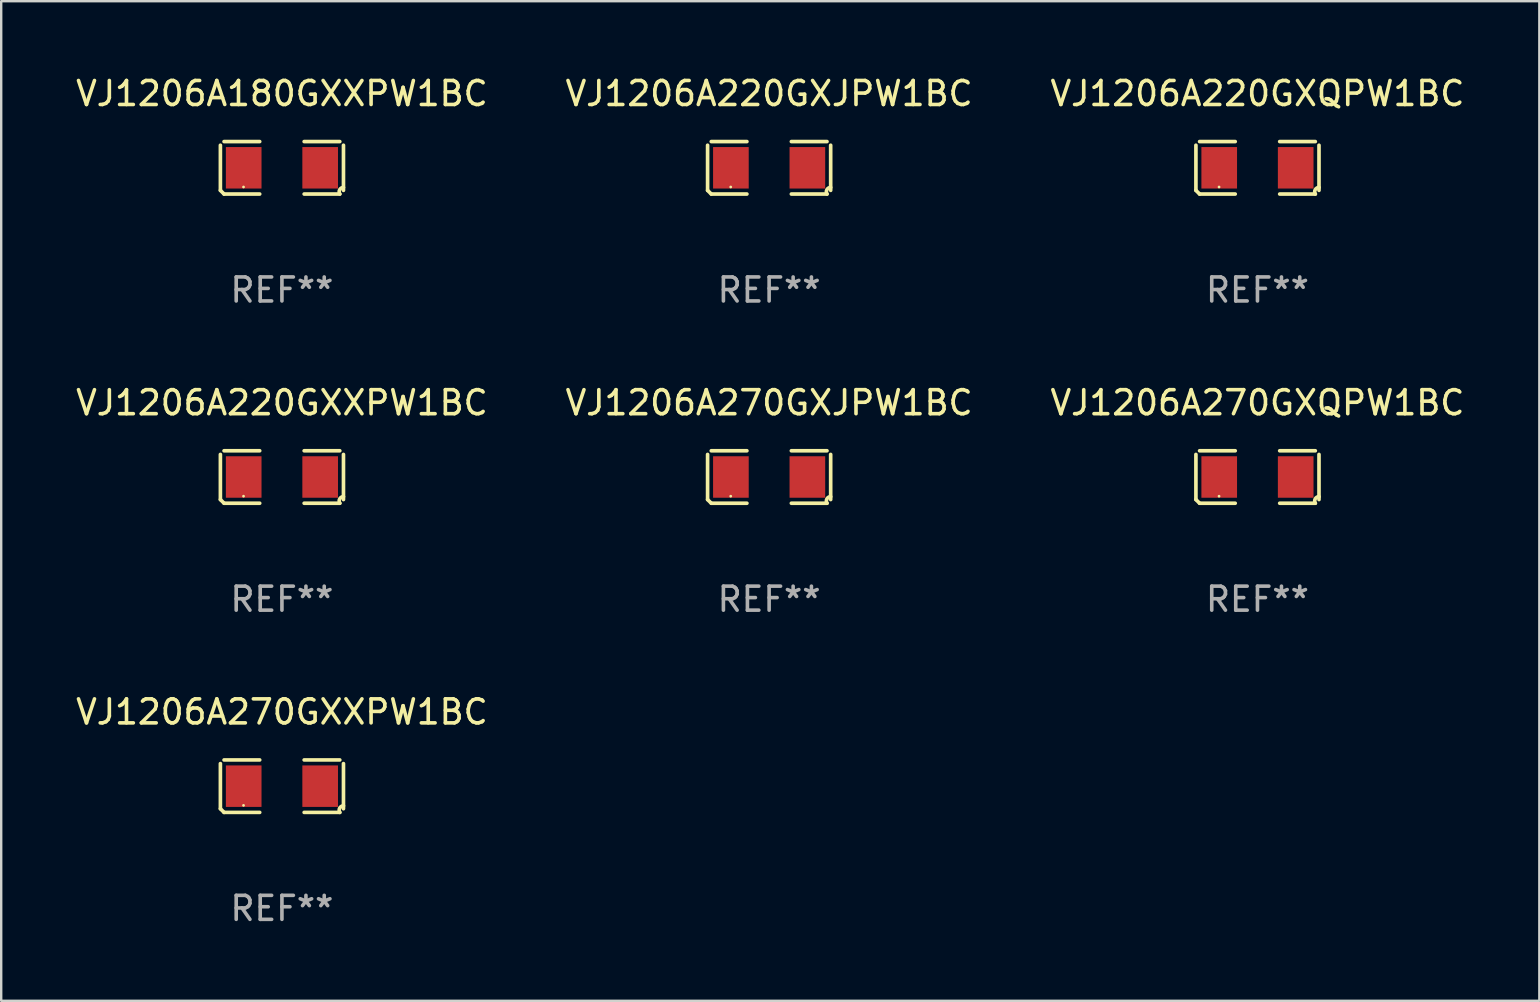
<source format=kicad_pcb>
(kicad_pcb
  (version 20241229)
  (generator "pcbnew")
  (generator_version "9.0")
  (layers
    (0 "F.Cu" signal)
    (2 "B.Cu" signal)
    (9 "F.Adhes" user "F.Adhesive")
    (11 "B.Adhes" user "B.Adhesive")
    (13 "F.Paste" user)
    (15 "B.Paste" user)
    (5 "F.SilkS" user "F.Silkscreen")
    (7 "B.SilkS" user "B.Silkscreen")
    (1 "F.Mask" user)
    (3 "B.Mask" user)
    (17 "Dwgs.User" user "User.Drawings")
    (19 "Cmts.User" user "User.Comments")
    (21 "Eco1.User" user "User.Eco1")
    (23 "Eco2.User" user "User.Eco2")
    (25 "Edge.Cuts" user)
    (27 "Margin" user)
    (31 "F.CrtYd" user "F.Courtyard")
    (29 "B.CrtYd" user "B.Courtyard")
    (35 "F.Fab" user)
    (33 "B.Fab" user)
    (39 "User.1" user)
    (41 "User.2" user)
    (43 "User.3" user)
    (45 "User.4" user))
  (footprint "VJ1206A220GXQPW1BC"
    (layer "F.Cu")
    (at 49.339 3.941)
    (property "Reference" "VJ1206A220GXQPW1BC" (at 0 -3.093 0) (layer "F.SilkS") (effects (font (size 1 1) (thickness 0.15))))
    (attr through_hole)
    (fp_line (start -2.564 0.94) (end -2.564 -0.94) (stroke (width 0.152) (type solid)) (layer "F.SilkS"))
    (fp_line (start -2.411 -1.093) (end -0.926 -1.093) (stroke (width 0.152) (type solid)) (layer "F.SilkS"))
    (fp_line (start -0.926 1.093) (end -2.411 1.093) (stroke (width 0.152) (type solid)) (layer "F.SilkS"))
    (fp_line (start 0.926 1.093) (end 2.411 1.093) (stroke (width 0.152) (type solid)) (layer "F.SilkS"))
    (fp_line (start 2.411 -1.093) (end 0.926 -1.093) (stroke (width 0.152) (type solid)) (layer "F.SilkS"))
    (fp_line (start 2.564 0.94) (end 2.564 -0.94) (stroke (width 0.152) (type solid)) (layer "F.SilkS"))
    (fp_arc (start -2.411201 1.092609) (mid -2.487413 1.01642) (end -2.563602 0.940208) (stroke (width 0.1524) (type solid)) (layer "F.SilkS"))
    (fp_arc (start 2.411201 1.092609) (mid 2.407159 0.911226) (end 2.563602 0.819347) (stroke (width 0.1524) (type solid)) (layer "F.SilkS"))
    (fp_circle (center -1.6 0.8) (end -1.57 0.8) (stroke (width 0.06) (type solid)) (fill no) (layer "F.SilkS"))
    (fp_text user "REF**" (at 0 5.093 0) (layer "F.Fab") (effects (font (size 1 1) (thickness 0.15))))
    (pad "1" smd rect (at -1.593 0) (size 1.485 1.728) (layers "F.Cu" "F.Mask" "F.Paste"))
    (pad "2" smd rect (at 1.593 0) (size 1.485 1.728) (layers "F.Cu" "F.Mask" "F.Paste")))
  (footprint "VJ1206A180GXXPW1BC"
    (layer "F.Cu")
    (at 8.696 3.941)
    (property "Reference" "VJ1206A180GXXPW1BC" (at 0 -3.093 0) (layer "F.SilkS") (effects (font (size 1 1) (thickness 0.15))))
    (attr through_hole)
    (fp_line (start -2.564 0.94) (end -2.564 -0.94) (stroke (width 0.152) (type solid)) (layer "F.SilkS"))
    (fp_line (start -2.411 -1.093) (end -0.926 -1.093) (stroke (width 0.152) (type solid)) (layer "F.SilkS"))
    (fp_line (start -0.926 1.093) (end -2.411 1.093) (stroke (width 0.152) (type solid)) (layer "F.SilkS"))
    (fp_line (start 0.926 1.093) (end 2.411 1.093) (stroke (width 0.152) (type solid)) (layer "F.SilkS"))
    (fp_line (start 2.411 -1.093) (end 0.926 -1.093) (stroke (width 0.152) (type solid)) (layer "F.SilkS"))
    (fp_line (start 2.564 0.94) (end 2.564 -0.94) (stroke (width 0.152) (type solid)) (layer "F.SilkS"))
    (fp_arc (start -2.411201 1.092609) (mid -2.487413 1.01642) (end -2.563602 0.940208) (stroke (width 0.1524) (type solid)) (layer "F.SilkS"))
    (fp_arc (start 2.411201 1.092609) (mid 2.407159 0.911226) (end 2.563602 0.819347) (stroke (width 0.1524) (type solid)) (layer "F.SilkS"))
    (fp_circle (center -1.6 0.8) (end -1.57 0.8) (stroke (width 0.06) (type solid)) (fill no) (layer "F.SilkS"))
    (fp_text user "REF**" (at 0 5.093 0) (layer "F.Fab") (effects (font (size 1 1) (thickness 0.15))))
    (pad "1" smd rect (at -1.593 0) (size 1.485 1.728) (layers "F.Cu" "F.Mask" "F.Paste"))
    (pad "2" smd rect (at 1.593 0) (size 1.485 1.728) (layers "F.Cu" "F.Mask" "F.Paste")))
  (footprint "VJ1206A270GXJPW1BC"
    (layer "F.Cu")
    (at 28.994 16.823)
    (property "Reference" "VJ1206A270GXJPW1BC" (at 0 -3.093 0) (layer "F.SilkS") (effects (font (size 1 1) (thickness 0.15))))
    (attr through_hole)
    (fp_line (start -2.564 0.94) (end -2.564 -0.94) (stroke (width 0.152) (type solid)) (layer "F.SilkS"))
    (fp_line (start -2.411 -1.093) (end -0.926 -1.093) (stroke (width 0.152) (type solid)) (layer "F.SilkS"))
    (fp_line (start -0.926 1.093) (end -2.411 1.093) (stroke (width 0.152) (type solid)) (layer "F.SilkS"))
    (fp_line (start 0.926 1.093) (end 2.411 1.093) (stroke (width 0.152) (type solid)) (layer "F.SilkS"))
    (fp_line (start 2.411 -1.093) (end 0.926 -1.093) (stroke (width 0.152) (type solid)) (layer "F.SilkS"))
    (fp_line (start 2.564 0.94) (end 2.564 -0.94) (stroke (width 0.152) (type solid)) (layer "F.SilkS"))
    (fp_arc (start -2.411201 1.092609) (mid -2.487413 1.01642) (end -2.563602 0.940208) (stroke (width 0.1524) (type solid)) (layer "F.SilkS"))
    (fp_arc (start 2.411201 1.092609) (mid 2.407159 0.911226) (end 2.563602 0.819347) (stroke (width 0.1524) (type solid)) (layer "F.SilkS"))
    (fp_circle (center -1.6 0.8) (end -1.57 0.8) (stroke (width 0.06) (type solid)) (fill no) (layer "F.SilkS"))
    (fp_text user "REF**" (at 0 5.093 0) (layer "F.Fab") (effects (font (size 1 1) (thickness 0.15))))
    (pad "1" smd rect (at -1.593 0) (size 1.485 1.728) (layers "F.Cu" "F.Mask" "F.Paste"))
    (pad "2" smd rect (at 1.593 0) (size 1.485 1.728) (layers "F.Cu" "F.Mask" "F.Paste")))
  (footprint "VJ1206A270GXXPW1BC"
    (layer "F.Cu")
    (at 8.696 29.704)
    (property "Reference" "VJ1206A270GXXPW1BC" (at 0 -3.093 0) (layer "F.SilkS") (effects (font (size 1 1) (thickness 0.15))))
    (attr through_hole)
    (fp_line (start -2.564 0.94) (end -2.564 -0.94) (stroke (width 0.152) (type solid)) (layer "F.SilkS"))
    (fp_line (start -2.411 -1.093) (end -0.926 -1.093) (stroke (width 0.152) (type solid)) (layer "F.SilkS"))
    (fp_line (start -0.926 1.093) (end -2.411 1.093) (stroke (width 0.152) (type solid)) (layer "F.SilkS"))
    (fp_line (start 0.926 1.093) (end 2.411 1.093) (stroke (width 0.152) (type solid)) (layer "F.SilkS"))
    (fp_line (start 2.411 -1.093) (end 0.926 -1.093) (stroke (width 0.152) (type solid)) (layer "F.SilkS"))
    (fp_line (start 2.564 0.94) (end 2.564 -0.94) (stroke (width 0.152) (type solid)) (layer "F.SilkS"))
    (fp_arc (start -2.411201 1.092609) (mid -2.487413 1.01642) (end -2.563602 0.940208) (stroke (width 0.1524) (type solid)) (layer "F.SilkS"))
    (fp_arc (start 2.411201 1.092609) (mid 2.407159 0.911226) (end 2.563602 0.819347) (stroke (width 0.1524) (type solid)) (layer "F.SilkS"))
    (fp_circle (center -1.6 0.8) (end -1.57 0.8) (stroke (width 0.06) (type solid)) (fill no) (layer "F.SilkS"))
    (fp_text user "REF**" (at 0 5.093 0) (layer "F.Fab") (effects (font (size 1 1) (thickness 0.15))))
    (pad "1" smd rect (at -1.593 0) (size 1.485 1.728) (layers "F.Cu" "F.Mask" "F.Paste"))
    (pad "2" smd rect (at 1.593 0) (size 1.485 1.728) (layers "F.Cu" "F.Mask" "F.Paste")))
  (footprint "VJ1206A220GXJPW1BC"
    (layer "F.Cu")
    (at 28.994 3.941)
    (property "Reference" "VJ1206A220GXJPW1BC" (at 0 -3.093 0) (layer "F.SilkS") (effects (font (size 1 1) (thickness 0.15))))
    (attr through_hole)
    (fp_line (start -2.564 0.94) (end -2.564 -0.94) (stroke (width 0.152) (type solid)) (layer "F.SilkS"))
    (fp_line (start -2.411 -1.093) (end -0.926 -1.093) (stroke (width 0.152) (type solid)) (layer "F.SilkS"))
    (fp_line (start -0.926 1.093) (end -2.411 1.093) (stroke (width 0.152) (type solid)) (layer "F.SilkS"))
    (fp_line (start 0.926 1.093) (end 2.411 1.093) (stroke (width 0.152) (type solid)) (layer "F.SilkS"))
    (fp_line (start 2.411 -1.093) (end 0.926 -1.093) (stroke (width 0.152) (type solid)) (layer "F.SilkS"))
    (fp_line (start 2.564 0.94) (end 2.564 -0.94) (stroke (width 0.152) (type solid)) (layer "F.SilkS"))
    (fp_arc (start -2.411201 1.092609) (mid -2.487413 1.01642) (end -2.563602 0.940208) (stroke (width 0.1524) (type solid)) (layer "F.SilkS"))
    (fp_arc (start 2.411201 1.092609) (mid 2.407159 0.911226) (end 2.563602 0.819347) (stroke (width 0.1524) (type solid)) (layer "F.SilkS"))
    (fp_circle (center -1.6 0.8) (end -1.57 0.8) (stroke (width 0.06) (type solid)) (fill no) (layer "F.SilkS"))
    (fp_text user "REF**" (at 0 5.093 0) (layer "F.Fab") (effects (font (size 1 1) (thickness 0.15))))
    (pad "1" smd rect (at -1.593 0) (size 1.485 1.728) (layers "F.Cu" "F.Mask" "F.Paste"))
    (pad "2" smd rect (at 1.593 0) (size 1.485 1.728) (layers "F.Cu" "F.Mask" "F.Paste")))
  (footprint "VJ1206A220GXXPW1BC"
    (layer "F.Cu")
    (at 8.696 16.823)
    (property "Reference" "VJ1206A220GXXPW1BC" (at 0 -3.093 0) (layer "F.SilkS") (effects (font (size 1 1) (thickness 0.15))))
    (attr through_hole)
    (fp_line (start -2.564 0.94) (end -2.564 -0.94) (stroke (width 0.152) (type solid)) (layer "F.SilkS"))
    (fp_line (start -2.411 -1.093) (end -0.926 -1.093) (stroke (width 0.152) (type solid)) (layer "F.SilkS"))
    (fp_line (start -0.926 1.093) (end -2.411 1.093) (stroke (width 0.152) (type solid)) (layer "F.SilkS"))
    (fp_line (start 0.926 1.093) (end 2.411 1.093) (stroke (width 0.152) (type solid)) (layer "F.SilkS"))
    (fp_line (start 2.411 -1.093) (end 0.926 -1.093) (stroke (width 0.152) (type solid)) (layer "F.SilkS"))
    (fp_line (start 2.564 0.94) (end 2.564 -0.94) (stroke (width 0.152) (type solid)) (layer "F.SilkS"))
    (fp_arc (start -2.411201 1.092609) (mid -2.487413 1.01642) (end -2.563602 0.940208) (stroke (width 0.1524) (type solid)) (layer "F.SilkS"))
    (fp_arc (start 2.411201 1.092609) (mid 2.407159 0.911226) (end 2.563602 0.819347) (stroke (width 0.1524) (type solid)) (layer "F.SilkS"))
    (fp_circle (center -1.6 0.8) (end -1.57 0.8) (stroke (width 0.06) (type solid)) (fill no) (layer "F.SilkS"))
    (fp_text user "REF**" (at 0 5.093 0) (layer "F.Fab") (effects (font (size 1 1) (thickness 0.15))))
    (pad "1" smd rect (at -1.593 0) (size 1.485 1.728) (layers "F.Cu" "F.Mask" "F.Paste"))
    (pad "2" smd rect (at 1.593 0) (size 1.485 1.728) (layers "F.Cu" "F.Mask" "F.Paste")))
  (footprint "VJ1206A270GXQPW1BC"
    (layer "F.Cu")
    (at 49.339 16.823)
    (property "Reference" "VJ1206A270GXQPW1BC" (at 0 -3.093 0) (layer "F.SilkS") (effects (font (size 1 1) (thickness 0.15))))
    (attr through_hole)
    (fp_line (start -2.564 0.94) (end -2.564 -0.94) (stroke (width 0.152) (type solid)) (layer "F.SilkS"))
    (fp_line (start -2.411 -1.093) (end -0.926 -1.093) (stroke (width 0.152) (type solid)) (layer "F.SilkS"))
    (fp_line (start -0.926 1.093) (end -2.411 1.093) (stroke (width 0.152) (type solid)) (layer "F.SilkS"))
    (fp_line (start 0.926 1.093) (end 2.411 1.093) (stroke (width 0.152) (type solid)) (layer "F.SilkS"))
    (fp_line (start 2.411 -1.093) (end 0.926 -1.093) (stroke (width 0.152) (type solid)) (layer "F.SilkS"))
    (fp_line (start 2.564 0.94) (end 2.564 -0.94) (stroke (width 0.152) (type solid)) (layer "F.SilkS"))
    (fp_arc (start -2.411201 1.092609) (mid -2.487413 1.01642) (end -2.563602 0.940208) (stroke (width 0.1524) (type solid)) (layer "F.SilkS"))
    (fp_arc (start 2.411201 1.092609) (mid 2.407159 0.911226) (end 2.563602 0.819347) (stroke (width 0.1524) (type solid)) (layer "F.SilkS"))
    (fp_circle (center -1.6 0.8) (end -1.57 0.8) (stroke (width 0.06) (type solid)) (fill no) (layer "F.SilkS"))
    (fp_text user "REF**" (at 0 5.093 0) (layer "F.Fab") (effects (font (size 1 1) (thickness 0.15))))
    (pad "1" smd rect (at -1.593 0) (size 1.485 1.728) (layers "F.Cu" "F.Mask" "F.Paste"))
    (pad "2" smd rect (at 1.593 0) (size 1.485 1.728) (layers "F.Cu" "F.Mask" "F.Paste")))
  (gr_rect
    (start -3 -3)
    (end 61.083 38.645)
    (stroke (width 0.1) (type default))
    (fill no)
    (layer "Edge.Cuts")))
</source>
